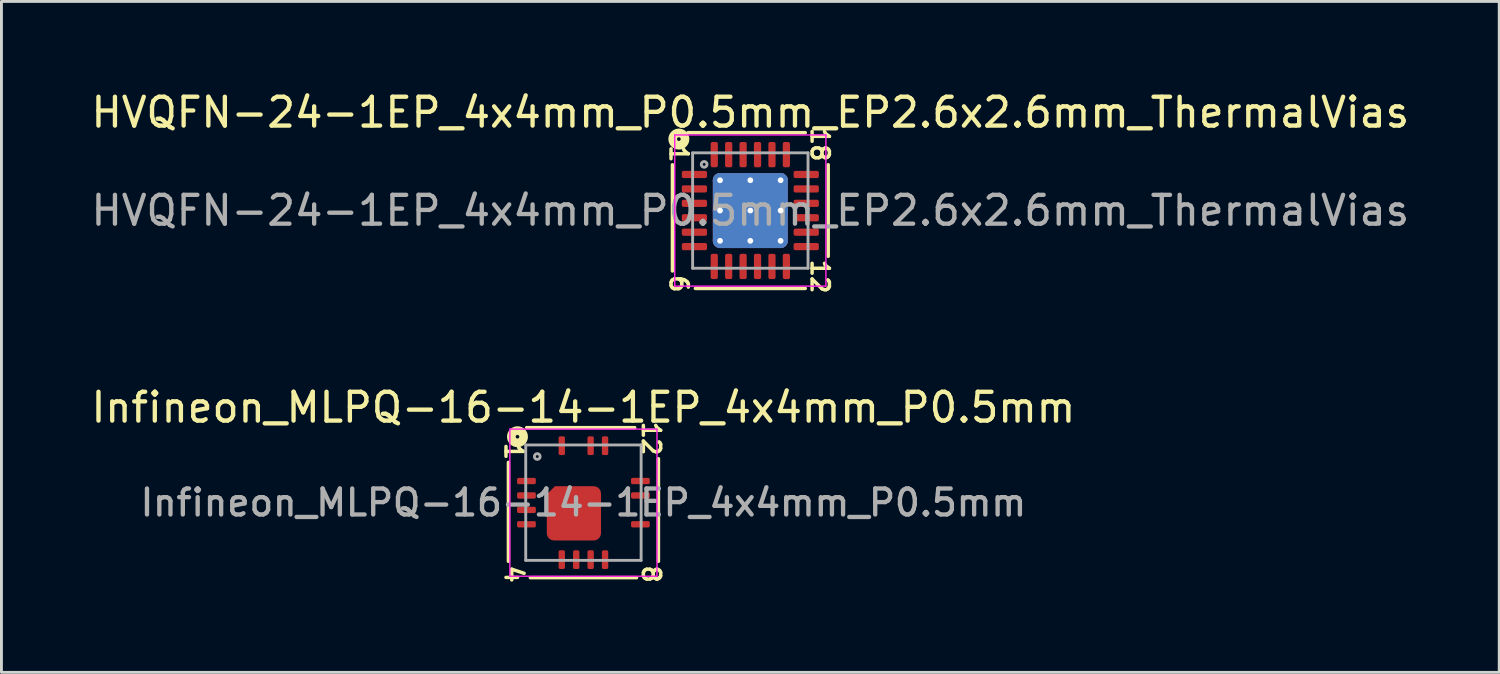
<source format=kicad_pcb>
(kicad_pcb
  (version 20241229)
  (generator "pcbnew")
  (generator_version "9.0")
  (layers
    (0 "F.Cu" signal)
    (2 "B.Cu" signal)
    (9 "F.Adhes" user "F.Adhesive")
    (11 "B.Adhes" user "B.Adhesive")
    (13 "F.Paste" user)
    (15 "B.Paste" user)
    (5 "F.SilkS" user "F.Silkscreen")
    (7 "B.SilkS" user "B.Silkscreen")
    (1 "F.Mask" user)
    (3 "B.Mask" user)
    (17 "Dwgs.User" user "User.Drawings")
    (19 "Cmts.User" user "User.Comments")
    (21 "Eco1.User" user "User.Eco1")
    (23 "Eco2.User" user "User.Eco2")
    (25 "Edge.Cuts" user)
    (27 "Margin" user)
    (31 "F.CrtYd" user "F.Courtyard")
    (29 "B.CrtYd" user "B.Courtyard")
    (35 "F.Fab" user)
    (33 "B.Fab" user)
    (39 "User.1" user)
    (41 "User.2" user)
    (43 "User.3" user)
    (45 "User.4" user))
  (footprint "HVQFN-24-1EP_4x4mm_P0.5mm_EP2.6x2.6mm_ThermalVias"
    (layer "F.Cu")
    (at 22.958 4.248)
    (property "Reference" "HVQFN-24-1EP_4x4mm_P0.5mm_EP2.6x2.6mm_ThermalVias" (at 0 -3.4 0) (layer "F.SilkS") (effects (font (size 1 1) (thickness 0.15))))
    (attr smd)
    (fp_line (start -2.7 2.095) (end -2.7 -1.587) (stroke (width 0.12) (type solid)) (layer "F.SilkS"))
    (fp_line (start -2.159 -2.7) (end 1.905 -2.7) (stroke (width 0.12) (type solid)) (layer "F.SilkS"))
    (fp_line (start 1.905 2.7) (end -1.905 2.7) (stroke (width 0.12) (type solid)) (layer "F.SilkS"))
    (fp_line (start 2.7 -1.587) (end 2.7 1.587) (stroke (width 0.12) (type solid)) (layer "F.SilkS"))
    (fp_circle (center -2.477 -2.477) (end -2.413 -2.477) (stroke (width 0.3) (type solid)) (fill no) (layer "F.SilkS"))
    (fp_line (start -2.62 -2.62) (end -2.62 2.62) (stroke (width 0.05) (type solid)) (layer "F.CrtYd"))
    (fp_line (start -2.62 2.62) (end 2.62 2.62) (stroke (width 0.05) (type solid)) (layer "F.CrtYd"))
    (fp_line (start 2.62 -2.62) (end -2.62 -2.62) (stroke (width 0.05) (type solid)) (layer "F.CrtYd"))
    (fp_line (start 2.62 2.62) (end 2.62 -2.62) (stroke (width 0.05) (type solid)) (layer "F.CrtYd"))
    (fp_line (start -2 -2) (end 2 -2) (stroke (width 0.1) (type solid)) (layer "F.Fab"))
    (fp_line (start -2 2) (end -2 -2) (stroke (width 0.1) (type solid)) (layer "F.Fab"))
    (fp_line (start 2 -2) (end 2 2) (stroke (width 0.1) (type solid)) (layer "F.Fab"))
    (fp_line (start 2 2) (end -2 2) (stroke (width 0.1) (type solid)) (layer "F.Fab"))
    (fp_circle (center -1.6 -1.6) (end -1.5 -1.6) (stroke (width 0.1) (type solid)) (fill no) (layer "F.Fab"))
    (fp_text user "18" (at 2.413 -2.286 270) (unlocked yes) (layer "F.SilkS") (effects (font (size 0.6 0.6) (thickness 0.12))))
    (fp_text user "12" (at 2.413 2.286 270) (unlocked yes) (layer "F.SilkS") (effects (font (size 0.6 0.6) (thickness 0.12))))
    (fp_text user "1" (at -2.477 -1.968 270) (unlocked yes) (layer "F.SilkS") (effects (font (size 0.6 0.6) (thickness 0.12))))
    (fp_text user "6" (at -2.477 2.54 270) (unlocked yes) (layer "F.SilkS") (effects (font (size 0.6 0.6) (thickness 0.12))))
    (fp_text user "${REFERENCE}" (at 0 0 0) (layer "F.Fab") (effects (font (size 1 1) (thickness 0.15))))
    (pad "" smd custom (at -0.525 -0.525) (size 0.825 0.825) (layers "F.Paste") (options (anchor circle)) (primitives (gr_poly (pts (xy 0.343 -0.227) (xy 0.343 0.227) (xy 0.227 0.343) (xy -0.227 0.343) (xy -0.343 0.227) (xy -0.343 -0.227) (xy -0.227 -0.343) (xy 0.227 -0.343)) (width 0.279) (fill yes))))
    (pad "" smd custom (at -0.525 0.525) (size 0.825 0.825) (layers "F.Paste") (options (anchor circle)) (primitives (gr_poly (pts (xy 0.343 -0.227) (xy 0.343 0.227) (xy 0.227 0.343) (xy -0.227 0.343) (xy -0.343 0.227) (xy -0.343 -0.227) (xy -0.227 -0.343) (xy 0.227 -0.343)) (width 0.279) (fill yes))))
    (pad "" smd custom (at 0.525 -0.525) (size 0.825 0.825) (layers "F.Paste") (options (anchor circle)) (primitives (gr_poly (pts (xy 0.343 -0.227) (xy 0.343 0.227) (xy 0.227 0.343) (xy -0.227 0.343) (xy -0.343 0.227) (xy -0.343 -0.227) (xy -0.227 -0.343) (xy 0.227 -0.343)) (width 0.279) (fill yes))))
    (pad "" smd custom (at 0.525 0.525) (size 0.825 0.825) (layers "F.Paste") (options (anchor circle)) (primitives (gr_poly (pts (xy 0.343 -0.227) (xy 0.343 0.227) (xy 0.227 0.343) (xy -0.227 0.343) (xy -0.343 0.227) (xy -0.343 -0.227) (xy -0.227 -0.343) (xy 0.227 -0.343)) (width 0.279) (fill yes))))
    (pad "1" smd roundrect (at -1.938 -1.25) (size 0.875 0.25) (layers "F.Cu" "F.Mask" "F.Paste") (roundrect_rratio 0.25))
    (pad "2" smd roundrect (at -1.938 -0.75) (size 0.875 0.25) (layers "F.Cu" "F.Mask" "F.Paste") (roundrect_rratio 0.25))
    (pad "3" smd roundrect (at -1.938 -0.25) (size 0.875 0.25) (layers "F.Cu" "F.Mask" "F.Paste") (roundrect_rratio 0.25))
    (pad "4" smd roundrect (at -1.938 0.25) (size 0.875 0.25) (layers "F.Cu" "F.Mask" "F.Paste") (roundrect_rratio 0.25))
    (pad "5" smd roundrect (at -1.938 0.75) (size 0.875 0.25) (layers "F.Cu" "F.Mask" "F.Paste") (roundrect_rratio 0.25))
    (pad "6" smd roundrect (at -1.938 1.25) (size 0.875 0.25) (layers "F.Cu" "F.Mask" "F.Paste") (roundrect_rratio 0.25))
    (pad "7" smd roundrect (at -1.25 1.938) (size 0.25 0.875) (layers "F.Cu" "F.Mask" "F.Paste") (roundrect_rratio 0.25))
    (pad "8" smd roundrect (at -0.75 1.938) (size 0.25 0.875) (layers "F.Cu" "F.Mask" "F.Paste") (roundrect_rratio 0.25))
    (pad "9" smd roundrect (at -0.25 1.938) (size 0.25 0.875) (layers "F.Cu" "F.Mask" "F.Paste") (roundrect_rratio 0.25))
    (pad "10" smd roundrect (at 0.25 1.938) (size 0.25 0.875) (layers "F.Cu" "F.Mask" "F.Paste") (roundrect_rratio 0.25))
    (pad "11" smd roundrect (at 0.75 1.938) (size 0.25 0.875) (layers "F.Cu" "F.Mask" "F.Paste") (roundrect_rratio 0.25))
    (pad "12" smd roundrect (at 1.25 1.938) (size 0.25 0.875) (layers "F.Cu" "F.Mask" "F.Paste") (roundrect_rratio 0.25))
    (pad "13" smd roundrect (at 1.938 1.25) (size 0.875 0.25) (layers "F.Cu" "F.Mask" "F.Paste") (roundrect_rratio 0.25))
    (pad "14" smd roundrect (at 1.938 0.75) (size 0.875 0.25) (layers "F.Cu" "F.Mask" "F.Paste") (roundrect_rratio 0.25))
    (pad "15" smd roundrect (at 1.938 0.25) (size 0.875 0.25) (layers "F.Cu" "F.Mask" "F.Paste") (roundrect_rratio 0.25))
    (pad "16" smd roundrect (at 1.938 -0.25) (size 0.875 0.25) (layers "F.Cu" "F.Mask" "F.Paste") (roundrect_rratio 0.25))
    (pad "17" smd roundrect (at 1.938 -0.75) (size 0.875 0.25) (layers "F.Cu" "F.Mask" "F.Paste") (roundrect_rratio 0.25))
    (pad "18" smd roundrect (at 1.938 -1.25) (size 0.875 0.25) (layers "F.Cu" "F.Mask" "F.Paste") (roundrect_rratio 0.25))
    (pad "19" smd roundrect (at 1.25 -1.938) (size 0.25 0.875) (layers "F.Cu" "F.Mask" "F.Paste") (roundrect_rratio 0.25))
    (pad "20" smd roundrect (at 0.75 -1.938) (size 0.25 0.875) (layers "F.Cu" "F.Mask" "F.Paste") (roundrect_rratio 0.25))
    (pad "21" smd roundrect (at 0.25 -1.938) (size 0.25 0.875) (layers "F.Cu" "F.Mask" "F.Paste") (roundrect_rratio 0.25))
    (pad "22" smd roundrect (at -0.25 -1.938) (size 0.25 0.875) (layers "F.Cu" "F.Mask" "F.Paste") (roundrect_rratio 0.25))
    (pad "23" smd roundrect (at -0.75 -1.938) (size 0.25 0.875) (layers "F.Cu" "F.Mask" "F.Paste") (roundrect_rratio 0.25))
    (pad "24" smd roundrect (at -1.25 -1.938) (size 0.25 0.875) (layers "F.Cu" "F.Mask" "F.Paste") (roundrect_rratio 0.25))
    (pad "25" thru_hole circle (at -1.05 -1.05) (size 0.5 0.5) (drill 0.2) (property pad_prop_heatsink) (layers "*.Cu"))
    (pad "25" thru_hole circle (at -1.05 0) (size 0.5 0.5) (drill 0.2) (property pad_prop_heatsink) (layers "*.Cu"))
    (pad "25" thru_hole circle (at -1.05 1.05) (size 0.5 0.5) (drill 0.2) (property pad_prop_heatsink) (layers "*.Cu"))
    (pad "25" thru_hole circle (at 0 -1.05) (size 0.5 0.5) (drill 0.2) (property pad_prop_heatsink) (layers "*.Cu"))
    (pad "25" thru_hole circle (at 0 0) (size 0.5 0.5) (drill 0.2) (property pad_prop_heatsink) (layers "*.Cu"))
    (pad "25" smd roundrect (at 0 0) (size 2.6 2.6) (layers "F.Cu" "F.Mask") (roundrect_rratio 0.096))
    (pad "25" smd roundrect (at 0 0) (size 2.6 2.6) (layers "B.Cu" "B.Mask") (roundrect_rratio 0.096))
    (pad "25" thru_hole circle (at 0 1.05) (size 0.5 0.5) (drill 0.2) (property pad_prop_heatsink) (layers "*.Cu"))
    (pad "25" thru_hole circle (at 1.05 -1.05) (size 0.5 0.5) (drill 0.2) (property pad_prop_heatsink) (layers "*.Cu"))
    (pad "25" thru_hole circle (at 1.05 0) (size 0.5 0.5) (drill 0.2) (property pad_prop_heatsink) (layers "*.Cu"))
    (pad "25" thru_hole circle (at 1.05 1.05) (size 0.5 0.5) (drill 0.2) (property pad_prop_heatsink) (layers "*.Cu")))
  (footprint "Infineon_MLPQ-16-14-1EP_4x4mm_P0.5mm"
    (layer "F.Cu")
    (at 17.173 14.374)
    (property "Reference" "Infineon_MLPQ-16-14-1EP_4x4mm_P0.5mm" (at 0 -3.3 0) (layer "F.SilkS") (effects (font (size 1 1) (thickness 0.15))))
    (attr smd)
    (fp_line (start -2.6 -1.397) (end -2.6 2.032) (stroke (width 0.12) (type solid)) (layer "F.SilkS"))
    (fp_line (start -1.841 2.6) (end 1.841 2.6) (stroke (width 0.12) (type solid)) (layer "F.SilkS"))
    (fp_line (start 1.778 -2.6) (end -1.968 -2.6) (stroke (width 0.12) (type solid)) (layer "F.SilkS"))
    (fp_line (start 2.6 2.032) (end 2.6 -1.524) (stroke (width 0.12) (type solid)) (layer "F.SilkS"))
    (fp_circle (center -2.286 -2.286) (end -2.223 -2.286) (stroke (width 0.3) (type solid)) (fill no) (layer "F.SilkS"))
    (fp_line (start -2.55 -2.55) (end 2.55 -2.55) (stroke (width 0.05) (type solid)) (layer "F.CrtYd"))
    (fp_line (start -2.55 2.55) (end -2.55 -2.55) (stroke (width 0.05) (type solid)) (layer "F.CrtYd"))
    (fp_line (start 2.55 -2.55) (end 2.55 2.55) (stroke (width 0.05) (type solid)) (layer "F.CrtYd"))
    (fp_line (start 2.55 2.55) (end -2.55 2.55) (stroke (width 0.05) (type solid)) (layer "F.CrtYd"))
    (fp_line (start -2 -2) (end 2 -2) (stroke (width 0.1) (type solid)) (layer "F.Fab"))
    (fp_line (start -2 2) (end -2 -2) (stroke (width 0.1) (type solid)) (layer "F.Fab"))
    (fp_line (start 2 -2) (end 2 2) (stroke (width 0.1) (type solid)) (layer "F.Fab"))
    (fp_line (start 2 2) (end -2 2) (stroke (width 0.1) (type solid)) (layer "F.Fab"))
    (fp_circle (center -1.6 -1.6) (end -1.5 -1.6) (stroke (width 0.1) (type solid)) (fill no) (layer "F.Fab"))
    (fp_text user "1" (at -2.413 -1.778 270) (unlocked yes) (layer "F.SilkS") (effects (font (size 0.6 0.6) (thickness 0.12))))
    (fp_text user "12" (at 2.349 -2.223 270) (unlocked yes) (layer "F.SilkS") (effects (font (size 0.6 0.6) (thickness 0.12))))
    (fp_text user "4" (at -2.413 2.477 270) (unlocked yes) (layer "F.SilkS") (effects (font (size 0.6 0.6) (thickness 0.12))))
    (fp_text user "8" (at 2.349 2.477 270) (unlocked yes) (layer "F.SilkS") (effects (font (size 0.6 0.6) (thickness 0.12))))
    (fp_text user "${REFERENCE}" (at 0 0 0) (layer "F.Fab") (effects (font (size 0.9 0.9) (thickness 0.15))))
    (pad "" smd roundrect (at -0.335 -0.105) (size 1.5 0.8) (layers "F.Paste") (roundrect_rratio 0.25))
    (pad "" smd roundrect (at -0.335 0.835) (size 1.5 0.8) (layers "F.Paste") (roundrect_rratio 0.25))
    (pad "1" smd roundrect (at -1.975 -0.75) (size 0.65 0.22) (layers "F.Cu" "F.Mask" "F.Paste") (roundrect_rratio 0.25))
    (pad "2" smd roundrect (at -1.975 -0.25) (size 0.65 0.22) (layers "F.Cu" "F.Mask" "F.Paste") (roundrect_rratio 0.25))
    (pad "3" smd roundrect (at -1.975 0.25) (size 0.65 0.22) (layers "F.Cu" "F.Mask" "F.Paste") (roundrect_rratio 0.25))
    (pad "4" smd roundrect (at -1.975 0.75) (size 0.65 0.22) (layers "F.Cu" "F.Mask" "F.Paste") (roundrect_rratio 0.25))
    (pad "5" smd roundrect (at -0.75 1.975) (size 0.22 0.65) (layers "F.Cu" "F.Mask" "F.Paste") (roundrect_rratio 0.25))
    (pad "6" smd roundrect (at -0.25 1.975) (size 0.22 0.65) (layers "F.Cu" "F.Mask" "F.Paste") (roundrect_rratio 0.25))
    (pad "7" smd roundrect (at 0.25 1.975) (size 0.22 0.65) (layers "F.Cu" "F.Mask" "F.Paste") (roundrect_rratio 0.25))
    (pad "8" smd roundrect (at 0.75 1.975) (size 0.22 0.65) (layers "F.Cu" "F.Mask" "F.Paste") (roundrect_rratio 0.25))
    (pad "9" smd roundrect (at 1.975 0.75) (size 0.65 0.22) (layers "F.Cu" "F.Mask" "F.Paste") (roundrect_rratio 0.25))
    (pad "11" smd roundrect (at 1.975 -0.25) (size 0.65 0.22) (layers "F.Cu" "F.Mask" "F.Paste") (roundrect_rratio 0.25))
    (pad "12" smd roundrect (at 1.975 -0.75) (size 0.65 0.22) (layers "F.Cu" "F.Mask" "F.Paste") (roundrect_rratio 0.25))
    (pad "13" smd roundrect (at 0.75 -1.975) (size 0.22 0.65) (layers "F.Cu" "F.Mask" "F.Paste") (roundrect_rratio 0.25))
    (pad "14" smd roundrect (at 0.25 -1.975) (size 0.22 0.65) (layers "F.Cu" "F.Mask" "F.Paste") (roundrect_rratio 0.25))
    (pad "16" smd roundrect (at -0.75 -1.975) (size 0.22 0.65) (layers "F.Cu" "F.Mask" "F.Paste") (roundrect_rratio 0.25))
    (pad "17" smd roundrect (at -0.33 0.37) (size 1.88 1.88) (layers "F.Cu" "F.Mask") (roundrect_rratio 0.133) (chamfer_ratio 0.15) (chamfer top_left)))
  (gr_rect
    (start -3 -3)
    (end 48.917 20.256)
    (stroke (width 0.1) (type default))
    (fill no)
    (layer "Edge.Cuts")))
</source>
